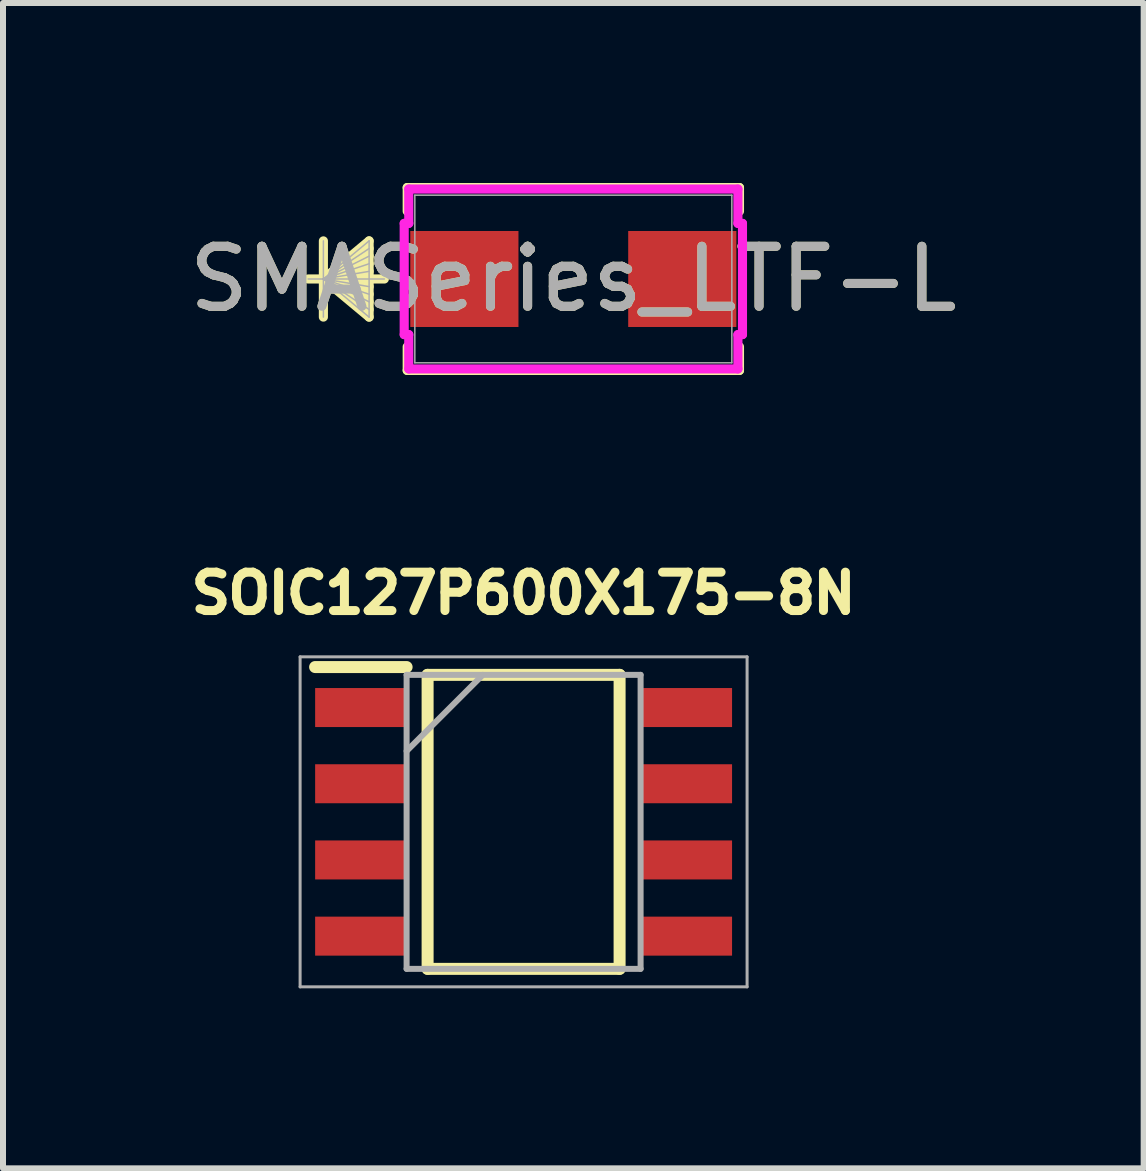
<source format=kicad_pcb>
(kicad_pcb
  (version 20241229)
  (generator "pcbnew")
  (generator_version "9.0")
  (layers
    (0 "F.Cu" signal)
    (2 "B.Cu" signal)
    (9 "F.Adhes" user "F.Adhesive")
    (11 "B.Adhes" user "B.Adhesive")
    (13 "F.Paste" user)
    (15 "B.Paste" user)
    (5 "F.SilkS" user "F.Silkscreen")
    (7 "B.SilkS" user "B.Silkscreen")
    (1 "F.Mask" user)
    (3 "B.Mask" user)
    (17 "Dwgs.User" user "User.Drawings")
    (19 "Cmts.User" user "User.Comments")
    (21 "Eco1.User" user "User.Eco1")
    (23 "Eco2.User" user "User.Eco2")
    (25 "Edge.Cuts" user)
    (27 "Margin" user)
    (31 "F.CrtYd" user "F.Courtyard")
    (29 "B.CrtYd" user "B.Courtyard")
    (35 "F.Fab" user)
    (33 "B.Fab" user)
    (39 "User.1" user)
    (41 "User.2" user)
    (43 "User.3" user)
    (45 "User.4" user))
  (footprint "SMASeries_LTF-L"
    (layer "F.Cu")
    (at 6.506 1.6)
    (property "Reference" "SMASeries_LTF-L" (at 0 0 0) (unlocked yes) (layer "F.SilkS") (effects (font (size 1 1) (thickness 0.15))))
    (attr smd)
    (fp_line (start -4.166 -0.635) (end -4.166 0.635) (stroke (width 0.152) (type solid)) (layer "F.SilkS"))
    (fp_line (start -4.166 0) (end -3.404 -0.635) (stroke (width 0.152) (type solid)) (layer "F.SilkS"))
    (fp_line (start -4.166 0) (end -3.404 -0.508) (stroke (width 0.152) (type solid)) (layer "F.SilkS"))
    (fp_line (start -4.166 0) (end -3.404 -0.381) (stroke (width 0.152) (type solid)) (layer "F.SilkS"))
    (fp_line (start -4.166 0) (end -3.404 -0.254) (stroke (width 0.152) (type solid)) (layer "F.SilkS"))
    (fp_line (start -4.166 0) (end -3.404 -0.127) (stroke (width 0.152) (type solid)) (layer "F.SilkS"))
    (fp_line (start -4.166 0) (end -3.404 0.127) (stroke (width 0.152) (type solid)) (layer "F.SilkS"))
    (fp_line (start -4.166 0) (end -3.404 0.254) (stroke (width 0.152) (type solid)) (layer "F.SilkS"))
    (fp_line (start -4.166 0) (end -3.404 0.381) (stroke (width 0.152) (type solid)) (layer "F.SilkS"))
    (fp_line (start -4.166 0) (end -3.404 0.508) (stroke (width 0.152) (type solid)) (layer "F.SilkS"))
    (fp_line (start -4.166 0) (end -3.404 0.635) (stroke (width 0.152) (type solid)) (layer "F.SilkS"))
    (fp_line (start -3.404 -0.635) (end -3.404 0.635) (stroke (width 0.152) (type solid)) (layer "F.SilkS"))
    (fp_line (start -3.15 0) (end -4.42 0) (stroke (width 0.152) (type solid)) (layer "F.SilkS"))
    (fp_line (start -2.769 -1.524) (end -2.769 -1.129) (stroke (width 0.152) (type solid)) (layer "F.SilkS"))
    (fp_line (start -2.769 1.129) (end -2.769 1.524) (stroke (width 0.152) (type solid)) (layer "F.SilkS"))
    (fp_line (start -2.769 1.524) (end 2.769 1.524) (stroke (width 0.152) (type solid)) (layer "F.SilkS"))
    (fp_line (start 2.769 -1.524) (end -2.769 -1.524) (stroke (width 0.152) (type solid)) (layer "F.SilkS"))
    (fp_line (start 2.769 -1.129) (end 2.769 -1.524) (stroke (width 0.152) (type solid)) (layer "F.SilkS"))
    (fp_line (start 2.769 1.524) (end 2.769 1.129) (stroke (width 0.152) (type solid)) (layer "F.SilkS"))
    (fp_line (start -2.819 -0.927) (end -2.743 -0.927) (stroke (width 0.152) (type solid)) (layer "F.CrtYd"))
    (fp_line (start -2.819 0.927) (end -2.819 -0.927) (stroke (width 0.152) (type solid)) (layer "F.CrtYd"))
    (fp_line (start -2.743 -1.499) (end 2.743 -1.499) (stroke (width 0.152) (type solid)) (layer "F.CrtYd"))
    (fp_line (start -2.743 -0.927) (end -2.743 -1.499) (stroke (width 0.152) (type solid)) (layer "F.CrtYd"))
    (fp_line (start -2.743 0.927) (end -2.819 0.927) (stroke (width 0.152) (type solid)) (layer "F.CrtYd"))
    (fp_line (start -2.743 1.499) (end -2.743 0.927) (stroke (width 0.152) (type solid)) (layer "F.CrtYd"))
    (fp_line (start 2.743 -1.499) (end 2.743 -0.927) (stroke (width 0.152) (type solid)) (layer "F.CrtYd"))
    (fp_line (start 2.743 -0.927) (end 2.819 -0.927) (stroke (width 0.152) (type solid)) (layer "F.CrtYd"))
    (fp_line (start 2.743 0.927) (end 2.743 1.499) (stroke (width 0.152) (type solid)) (layer "F.CrtYd"))
    (fp_line (start 2.743 1.499) (end -2.743 1.499) (stroke (width 0.152) (type solid)) (layer "F.CrtYd"))
    (fp_line (start 2.819 -0.927) (end 2.819 0.927) (stroke (width 0.152) (type solid)) (layer "F.CrtYd"))
    (fp_line (start 2.819 0.927) (end 2.743 0.927) (stroke (width 0.152) (type solid)) (layer "F.CrtYd"))
    (fp_line (start -4.166 -0.635) (end -4.166 0.635) (stroke (width 0.025) (type solid)) (layer "F.Fab"))
    (fp_line (start -4.166 0) (end -3.404 -0.635) (stroke (width 0.025) (type solid)) (layer "F.Fab"))
    (fp_line (start -4.166 0) (end -3.404 -0.508) (stroke (width 0.025) (type solid)) (layer "F.Fab"))
    (fp_line (start -4.166 0) (end -3.404 -0.381) (stroke (width 0.025) (type solid)) (layer "F.Fab"))
    (fp_line (start -4.166 0) (end -3.404 -0.254) (stroke (width 0.025) (type solid)) (layer "F.Fab"))
    (fp_line (start -4.166 0) (end -3.404 -0.127) (stroke (width 0.025) (type solid)) (layer "F.Fab"))
    (fp_line (start -4.166 0) (end -3.404 0.127) (stroke (width 0.025) (type solid)) (layer "F.Fab"))
    (fp_line (start -4.166 0) (end -3.404 0.254) (stroke (width 0.025) (type solid)) (layer "F.Fab"))
    (fp_line (start -4.166 0) (end -3.404 0.381) (stroke (width 0.025) (type solid)) (layer "F.Fab"))
    (fp_line (start -4.166 0) (end -3.404 0.508) (stroke (width 0.025) (type solid)) (layer "F.Fab"))
    (fp_line (start -4.166 0) (end -3.404 0.635) (stroke (width 0.025) (type solid)) (layer "F.Fab"))
    (fp_line (start -3.404 -0.635) (end -3.404 0.635) (stroke (width 0.025) (type solid)) (layer "F.Fab"))
    (fp_line (start -3.15 0) (end -4.42 0) (stroke (width 0.025) (type solid)) (layer "F.Fab"))
    (fp_line (start -2.642 -1.397) (end -2.642 1.397) (stroke (width 0.025) (type solid)) (layer "F.Fab"))
    (fp_line (start -2.642 1.397) (end 2.642 1.397) (stroke (width 0.025) (type solid)) (layer "F.Fab"))
    (fp_line (start 2.642 -1.397) (end -2.642 -1.397) (stroke (width 0.025) (type solid)) (layer "F.Fab"))
    (fp_line (start 2.642 1.397) (end 2.642 -1.397) (stroke (width 0.025) (type solid)) (layer "F.Fab"))
    (fp_text user "${REFERENCE}" (at 0 0 0) (unlocked yes) (layer "F.Fab") (effects (font (size 1 1) (thickness 0.15))))
    (pad "1" smd rect (at -1.816 0 90) (size 1.6 1.803) (layers "F.Cu" "F.Mask" "F.Paste"))
    (pad "2" smd rect (at 1.816 0 90) (size 1.6 1.803) (layers "F.Cu" "F.Mask" "F.Paste"))
    (zone (net_name "") (layer "F.Cu") (hatch full 0.508) (connect_pads) (min_thickness 0.254) (filled_areas_thickness no) (keepout (tracks not_allowed) (vias not_allowed) (pads allowed) (copperpour not_allowed) (footprints allowed)) (placement (enabled no)) (fill) (polygon (pts (xy 3.915 0.254) (xy 9.097 0.254) (xy 9.097 0.724) (xy 3.915 0.724))))
    (zone (net_name "") (layer "F.Cu") (hatch full 0.508) (connect_pads) (min_thickness 0.254) (filled_areas_thickness no) (keepout (tracks not_allowed) (vias not_allowed) (pads allowed) (copperpour not_allowed) (footprints allowed)) (placement (enabled no)) (fill) (polygon (pts (xy 3.915 2.477) (xy 9.097 2.477) (xy 9.097 2.946) (xy 3.915 2.946))))
    (zone (net_name "") (layer "F.Cu") (hatch full 0.508) (connect_pads) (min_thickness 0.254) (filled_areas_thickness no) (keepout (tracks not_allowed) (vias not_allowed) (pads allowed) (copperpour not_allowed) (footprints allowed)) (placement (enabled no)) (fill) (polygon (pts (xy 5.642 0.724) (xy 7.37 0.724) (xy 7.37 2.477) (xy 5.642 2.477)))))
  (footprint "SOIC127P600X175-8N"
    (layer "F.Cu")
    (at 5.677 10.648)
    (property "Reference" "SOIC127P600X175-8N" (at 0 -3.81 0) (layer "F.SilkS") (effects (font (size 0.64 0.64) (thickness 0.15))))
    (attr smd)
    (fp_line (start -3.475 -2.58) (end -1.95 -2.58) (stroke (width 0.2) (type solid)) (layer "F.SilkS"))
    (fp_line (start -1.6 -2.45) (end 1.6 -2.45) (stroke (width 0.2) (type solid)) (layer "F.SilkS"))
    (fp_line (start -1.6 2.45) (end -1.6 -2.45) (stroke (width 0.2) (type solid)) (layer "F.SilkS"))
    (fp_line (start 1.6 -2.45) (end 1.6 2.45) (stroke (width 0.2) (type solid)) (layer "F.SilkS"))
    (fp_line (start 1.6 2.45) (end -1.6 2.45) (stroke (width 0.2) (type solid)) (layer "F.SilkS"))
    (fp_line (start -3.725 -2.75) (end 3.725 -2.75) (stroke (width 0.05) (type solid)) (layer "F.Fab"))
    (fp_line (start -3.725 2.75) (end -3.725 -2.75) (stroke (width 0.05) (type solid)) (layer "F.Fab"))
    (fp_line (start -1.95 -2.45) (end 1.95 -2.45) (stroke (width 0.1) (type solid)) (layer "F.Fab"))
    (fp_line (start -1.95 -1.18) (end -0.68 -2.45) (stroke (width 0.1) (type solid)) (layer "F.Fab"))
    (fp_line (start -1.95 2.45) (end -1.95 -2.45) (stroke (width 0.1) (type solid)) (layer "F.Fab"))
    (fp_line (start 1.95 -2.45) (end 1.95 2.45) (stroke (width 0.1) (type solid)) (layer "F.Fab"))
    (fp_line (start 1.95 2.45) (end -1.95 2.45) (stroke (width 0.1) (type solid)) (layer "F.Fab"))
    (fp_line (start 3.725 -2.75) (end 3.725 2.75) (stroke (width 0.05) (type solid)) (layer "F.Fab"))
    (fp_line (start 3.725 2.75) (end -3.725 2.75) (stroke (width 0.05) (type solid)) (layer "F.Fab"))
    (pad "1" smd rect (at -2.712 -1.905) (size 1.525 0.65) (layers "F.Cu" "F.Mask" "F.Paste"))
    (pad "2" smd rect (at -2.712 -0.635) (size 1.525 0.65) (layers "F.Cu" "F.Mask" "F.Paste"))
    (pad "3" smd rect (at -2.712 0.635) (size 1.525 0.65) (layers "F.Cu" "F.Mask" "F.Paste"))
    (pad "4" smd rect (at -2.712 1.905) (size 1.525 0.65) (layers "F.Cu" "F.Mask" "F.Paste"))
    (pad "5" smd rect (at 2.712 1.905) (size 1.525 0.65) (layers "F.Cu" "F.Mask" "F.Paste"))
    (pad "6" smd rect (at 2.712 0.635) (size 1.525 0.65) (layers "F.Cu" "F.Mask" "F.Paste"))
    (pad "7" smd rect (at 2.712 -0.635) (size 1.525 0.65) (layers "F.Cu" "F.Mask" "F.Paste"))
    (pad "8" smd rect (at 2.712 -1.905) (size 1.525 0.65) (layers "F.Cu" "F.Mask" "F.Paste")))
  (gr_rect
    (start -3 -3)
    (end 16.012 16.423)
    (stroke (width 0.1) (type default))
    (fill no)
    (layer "Edge.Cuts")))
</source>
